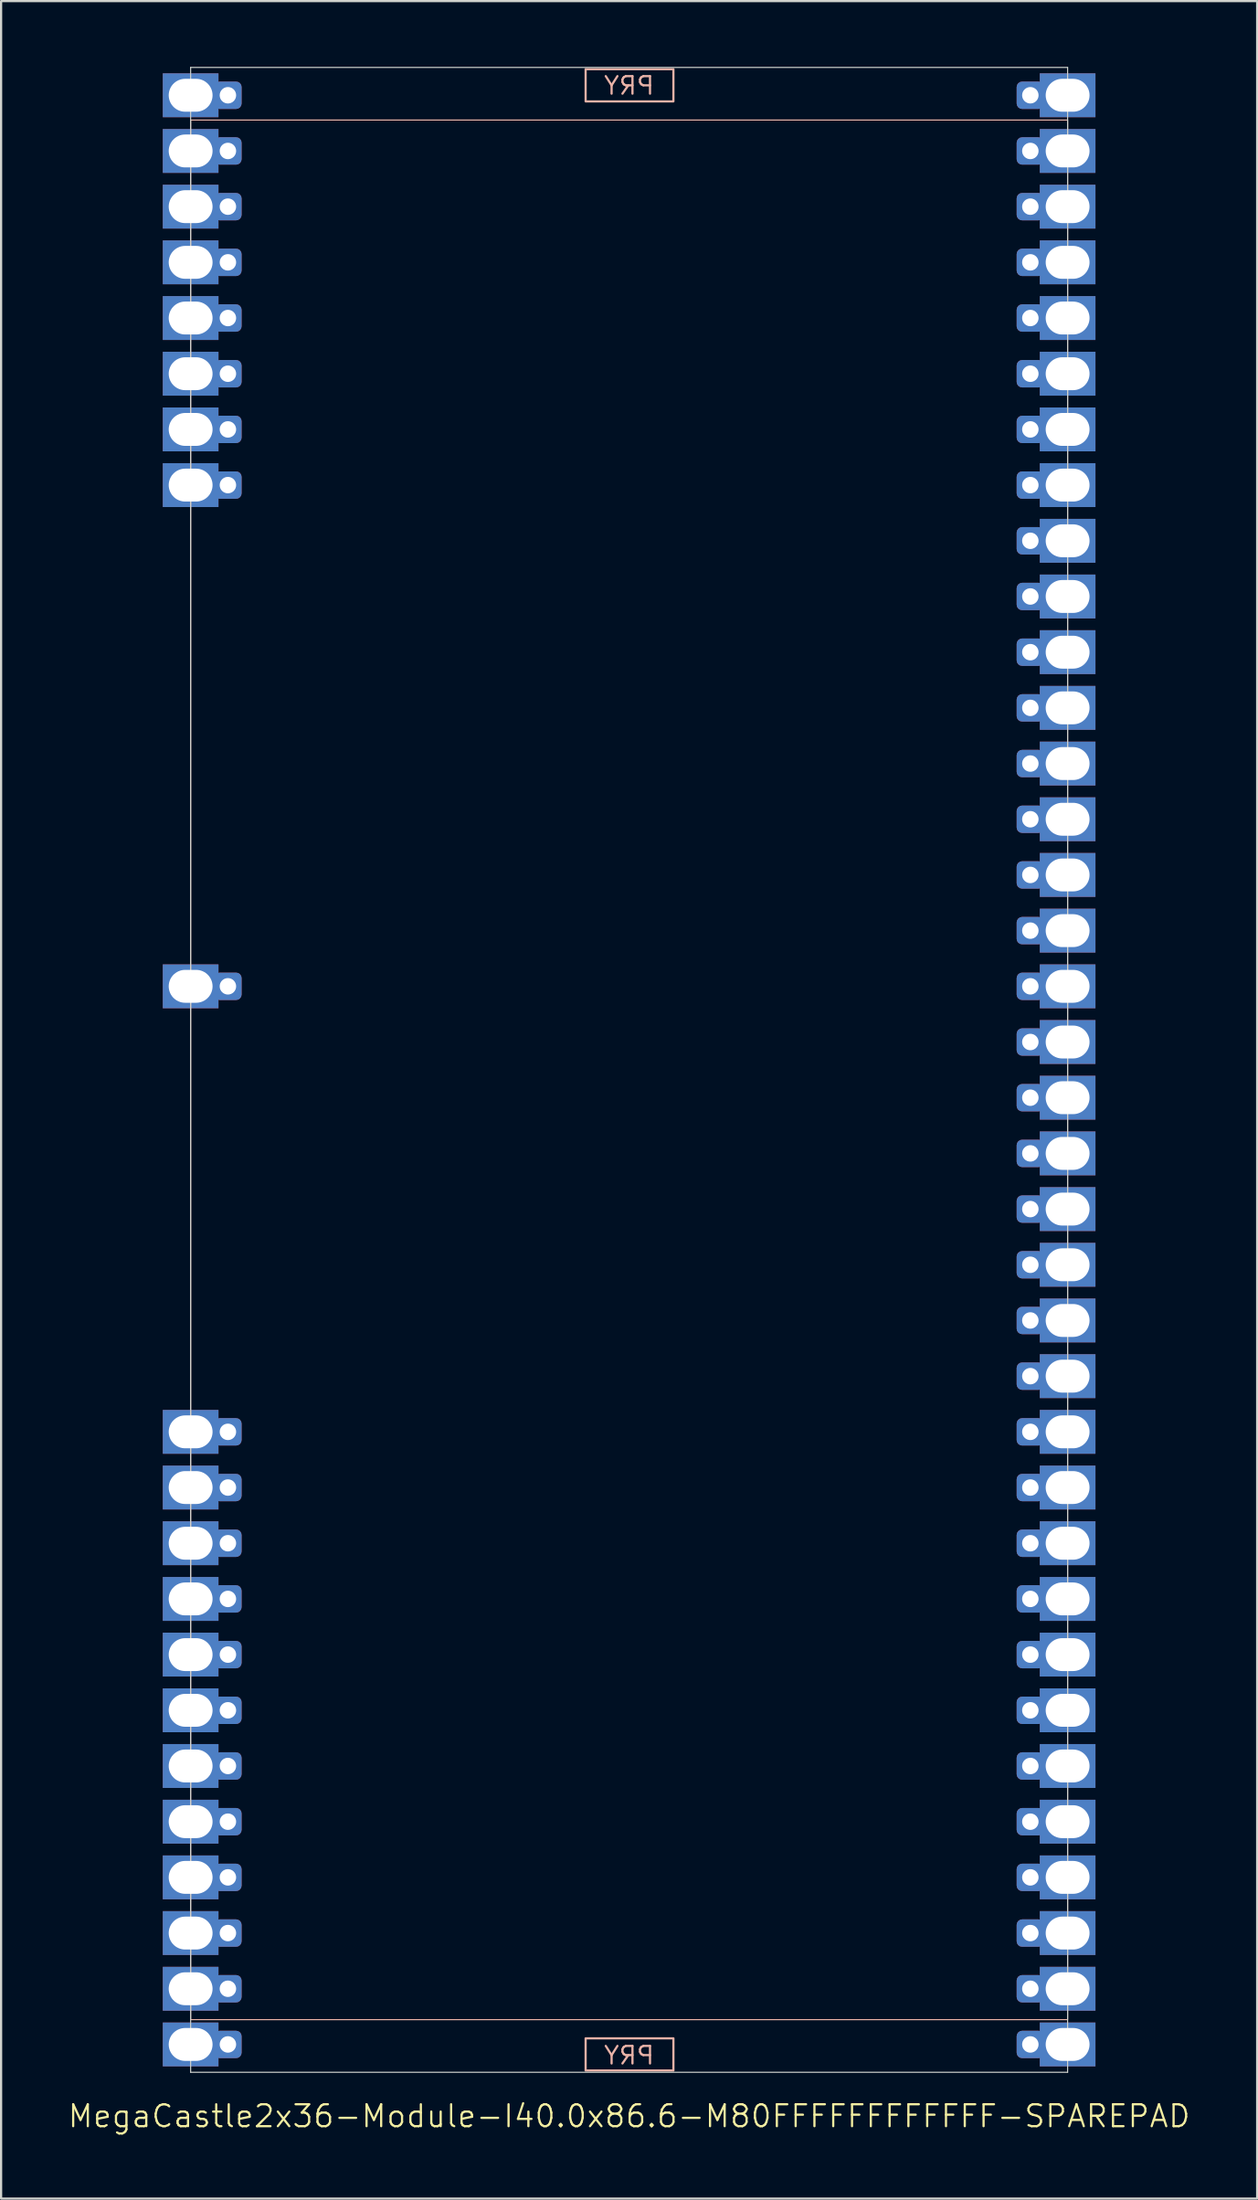
<source format=kicad_pcb>
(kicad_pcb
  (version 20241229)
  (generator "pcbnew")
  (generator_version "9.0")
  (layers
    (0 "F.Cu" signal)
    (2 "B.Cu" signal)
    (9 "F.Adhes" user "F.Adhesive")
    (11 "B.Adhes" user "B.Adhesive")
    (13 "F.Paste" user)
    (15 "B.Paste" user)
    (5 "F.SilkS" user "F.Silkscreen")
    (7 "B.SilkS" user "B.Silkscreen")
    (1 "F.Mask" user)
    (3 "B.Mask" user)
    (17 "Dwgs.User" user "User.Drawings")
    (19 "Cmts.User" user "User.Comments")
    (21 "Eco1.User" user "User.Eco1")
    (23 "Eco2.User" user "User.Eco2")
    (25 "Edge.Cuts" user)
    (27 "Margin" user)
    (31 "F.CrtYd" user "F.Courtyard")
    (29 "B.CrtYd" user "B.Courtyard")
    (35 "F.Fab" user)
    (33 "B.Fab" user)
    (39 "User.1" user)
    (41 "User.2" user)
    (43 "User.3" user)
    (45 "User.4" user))
  (footprint "MegaCastle2x36-Module-I40.0x86.6-M80FFFFFFFFFFFF-SPAREPAD"
    (layer "F.Cu")
    (at 25.645 45.745)
    (property "Reference" "MegaCastle2x36-Module-I40.0x86.6-M80FFFFFFFFFFFF-SPAREPAD" (at 0 47.72 0) (unlocked yes) (layer "F.SilkS") (effects (font (size 1 1) (thickness 0.1))))
    (attr smd)
    (fp_rect (start -20 43.32) (end 20 -43.32) (stroke (width 0.05) (type default)) (fill no) (layer "B.SilkS"))
    (fp_rect (start -1.984 -44.171) (end 2.02 -45.64) (stroke (width 0.1) (type default)) (fill no) (layer "B.SilkS"))
    (fp_rect (start -1.984 44.171) (end 2.02 45.64) (stroke (width 0.1) (type default)) (fill no) (layer "B.SilkS"))
    (fp_line (start -20 -45.72) (end -20 45.72) (stroke (width 0.05) (type default)) (layer "Edge.Cuts"))
    (fp_line (start -20 -45.72) (end 20 -45.72) (stroke (width 0.05) (type default)) (layer "Edge.Cuts"))
    (fp_line (start -20 45.72) (end 20 45.72) (stroke (width 0.05) (type default)) (layer "Edge.Cuts"))
    (fp_line (start 20 -45.72) (end 20 45.72) (stroke (width 0.05) (type default)) (layer "Edge.Cuts"))
    (fp_text user "PRY" (at 0 45.42 0) (unlocked yes) (layer "B.SilkS") (effects (font (size 0.8 0.8) (thickness 0.1)) (justify bottom mirror)))
    (fp_text user "PRY" (at 0 -44.42 0) (unlocked yes) (layer "B.SilkS") (effects (font (size 0.8 0.8) (thickness 0.1)) (justify bottom mirror)))
    (pad "1" thru_hole rect (at -20 -44.45) (size 2.54 2) (drill oval 2 1.5) (property pad_prop_castellated) (layers "*.Cu" "*.Mask"))
    (pad "1" thru_hole roundrect (at -18.3 -44.45 180) (size 1.25 1.25) (drill 0.75) (layers "*.Cu" "*.Mask") (roundrect_rratio 0.2))
    (pad "2" thru_hole rect (at -20 -41.91) (size 2.54 2) (drill oval 2 1.5) (property pad_prop_castellated) (layers "*.Cu" "*.Mask"))
    (pad "2" thru_hole roundrect (at -18.3 -41.91 180) (size 1.25 1.25) (drill 0.75) (layers "*.Cu" "*.Mask") (roundrect_rratio 0.2))
    (pad "3" thru_hole rect (at -20 -39.37) (size 2.54 2) (drill oval 2 1.5) (property pad_prop_castellated) (layers "*.Cu" "*.Mask"))
    (pad "3" thru_hole roundrect (at -18.3 -39.37 180) (size 1.25 1.25) (drill 0.75) (layers "*.Cu" "*.Mask") (roundrect_rratio 0.2))
    (pad "4" thru_hole rect (at -20 -36.83) (size 2.54 2) (drill oval 2 1.5) (property pad_prop_castellated) (layers "*.Cu" "*.Mask"))
    (pad "4" thru_hole roundrect (at -18.3 -36.83 180) (size 1.25 1.25) (drill 0.75) (layers "*.Cu" "*.Mask") (roundrect_rratio 0.2))
    (pad "5" thru_hole rect (at -20 -34.29) (size 2.54 2) (drill oval 2 1.5) (property pad_prop_castellated) (layers "*.Cu" "*.Mask"))
    (pad "5" thru_hole roundrect (at -18.3 -34.29 180) (size 1.25 1.25) (drill 0.75) (layers "*.Cu" "*.Mask") (roundrect_rratio 0.2))
    (pad "6" thru_hole rect (at -20 -31.75) (size 2.54 2) (drill oval 2 1.5) (property pad_prop_castellated) (layers "*.Cu" "*.Mask"))
    (pad "6" thru_hole roundrect (at -18.3 -31.75 180) (size 1.25 1.25) (drill 0.75) (layers "*.Cu" "*.Mask") (roundrect_rratio 0.2))
    (pad "7" thru_hole rect (at -20 -29.21) (size 2.54 2) (drill oval 2 1.5) (property pad_prop_castellated) (layers "*.Cu" "*.Mask"))
    (pad "7" thru_hole roundrect (at -18.3 -29.21 180) (size 1.25 1.25) (drill 0.75) (layers "*.Cu" "*.Mask") (roundrect_rratio 0.2))
    (pad "8" thru_hole rect (at -20 -26.67) (size 2.54 2) (drill oval 2 1.5) (property pad_prop_castellated) (layers "*.Cu" "*.Mask"))
    (pad "8" thru_hole roundrect (at -18.3 -26.67 180) (size 1.25 1.25) (drill 0.75) (layers "*.Cu" "*.Mask") (roundrect_rratio 0.2))
    (pad "17" thru_hole rect (at -20 -3.81) (size 2.54 2) (drill oval 2 1.5) (property pad_prop_castellated) (layers "*.Cu" "*.Mask"))
    (pad "17" thru_hole roundrect (at -18.3 -3.81 180) (size 1.25 1.25) (drill 0.75) (layers "*.Cu" "*.Mask") (roundrect_rratio 0.2))
    (pad "25" thru_hole rect (at -20 16.51) (size 2.54 2) (drill oval 2 1.5) (property pad_prop_castellated) (layers "*.Cu" "*.Mask"))
    (pad "25" thru_hole roundrect (at -18.3 16.51 180) (size 1.25 1.25) (drill 0.75) (layers "*.Cu" "*.Mask") (roundrect_rratio 0.2))
    (pad "26" thru_hole rect (at -20 19.05) (size 2.54 2) (drill oval 2 1.5) (property pad_prop_castellated) (layers "*.Cu" "*.Mask"))
    (pad "26" thru_hole roundrect (at -18.3 19.05 180) (size 1.25 1.25) (drill 0.75) (layers "*.Cu" "*.Mask") (roundrect_rratio 0.2))
    (pad "27" thru_hole rect (at -20 21.59) (size 2.54 2) (drill oval 2 1.5) (property pad_prop_castellated) (layers "*.Cu" "*.Mask"))
    (pad "27" thru_hole roundrect (at -18.3 21.59 180) (size 1.25 1.25) (drill 0.75) (layers "*.Cu" "*.Mask") (roundrect_rratio 0.2))
    (pad "28" thru_hole rect (at -20 24.13) (size 2.54 2) (drill oval 2 1.5) (property pad_prop_castellated) (layers "*.Cu" "*.Mask"))
    (pad "28" thru_hole roundrect (at -18.3 24.13 180) (size 1.25 1.25) (drill 0.75) (layers "*.Cu" "*.Mask") (roundrect_rratio 0.2))
    (pad "29" thru_hole rect (at -20 26.67) (size 2.54 2) (drill oval 2 1.5) (property pad_prop_castellated) (layers "*.Cu" "*.Mask"))
    (pad "29" thru_hole roundrect (at -18.3 26.67 180) (size 1.25 1.25) (drill 0.75) (layers "*.Cu" "*.Mask") (roundrect_rratio 0.2))
    (pad "30" thru_hole rect (at -20 29.21) (size 2.54 2) (drill oval 2 1.5) (property pad_prop_castellated) (layers "*.Cu" "*.Mask"))
    (pad "30" thru_hole roundrect (at -18.3 29.21 180) (size 1.25 1.25) (drill 0.75) (layers "*.Cu" "*.Mask") (roundrect_rratio 0.2))
    (pad "31" thru_hole rect (at -20 31.75) (size 2.54 2) (drill oval 2 1.5) (property pad_prop_castellated) (layers "*.Cu" "*.Mask"))
    (pad "31" thru_hole roundrect (at -18.3 31.75 180) (size 1.25 1.25) (drill 0.75) (layers "*.Cu" "*.Mask") (roundrect_rratio 0.2))
    (pad "32" thru_hole rect (at -20 34.29) (size 2.54 2) (drill oval 2 1.5) (property pad_prop_castellated) (layers "*.Cu" "*.Mask"))
    (pad "32" thru_hole roundrect (at -18.3 34.29 180) (size 1.25 1.25) (drill 0.75) (layers "*.Cu" "*.Mask") (roundrect_rratio 0.2))
    (pad "33" thru_hole rect (at -20 36.83) (size 2.54 2) (drill oval 2 1.5) (property pad_prop_castellated) (layers "*.Cu" "*.Mask"))
    (pad "33" thru_hole roundrect (at -18.3 36.83 180) (size 1.25 1.25) (drill 0.75) (layers "*.Cu" "*.Mask") (roundrect_rratio 0.2))
    (pad "34" thru_hole rect (at -20 39.37) (size 2.54 2) (drill oval 2 1.5) (property pad_prop_castellated) (layers "*.Cu" "*.Mask"))
    (pad "34" thru_hole roundrect (at -18.3 39.37 180) (size 1.25 1.25) (drill 0.75) (layers "*.Cu" "*.Mask") (roundrect_rratio 0.2))
    (pad "35" thru_hole rect (at -20 41.91) (size 2.54 2) (drill oval 2 1.5) (property pad_prop_castellated) (layers "*.Cu" "*.Mask"))
    (pad "35" thru_hole roundrect (at -18.3 41.91 180) (size 1.25 1.25) (drill 0.75) (layers "*.Cu" "*.Mask") (roundrect_rratio 0.2))
    (pad "36" thru_hole rect (at -20 44.45) (size 2.54 2) (drill oval 2 1.5) (property pad_prop_castellated) (layers "*.Cu" "*.Mask"))
    (pad "36" thru_hole roundrect (at -18.3 44.45 180) (size 1.25 1.25) (drill 0.75) (layers "*.Cu" "*.Mask") (roundrect_rratio 0.2))
    (pad "37" thru_hole roundrect (at 18.3 -44.45 180) (size 1.25 1.25) (drill 0.75) (layers "*.Cu" "*.Mask") (roundrect_rratio 0.2))
    (pad "37" thru_hole rect (at 20 -44.45) (size 2.54 2) (drill oval 2 1.5) (property pad_prop_castellated) (layers "*.Cu" "*.Mask"))
    (pad "38" thru_hole roundrect (at 18.3 -41.91 180) (size 1.25 1.25) (drill 0.75) (layers "*.Cu" "*.Mask") (roundrect_rratio 0.2))
    (pad "38" thru_hole rect (at 20 -41.91) (size 2.54 2) (drill oval 2 1.5) (property pad_prop_castellated) (layers "*.Cu" "*.Mask"))
    (pad "39" thru_hole roundrect (at 18.3 -39.37 180) (size 1.25 1.25) (drill 0.75) (layers "*.Cu" "*.Mask") (roundrect_rratio 0.2))
    (pad "39" thru_hole rect (at 20 -39.37) (size 2.54 2) (drill oval 2 1.5) (property pad_prop_castellated) (layers "*.Cu" "*.Mask"))
    (pad "40" thru_hole roundrect (at 18.3 -36.83 180) (size 1.25 1.25) (drill 0.75) (layers "*.Cu" "*.Mask") (roundrect_rratio 0.2))
    (pad "40" thru_hole rect (at 20 -36.83) (size 2.54 2) (drill oval 2 1.5) (property pad_prop_castellated) (layers "*.Cu" "*.Mask"))
    (pad "41" thru_hole roundrect (at 18.3 -34.29 180) (size 1.25 1.25) (drill 0.75) (layers "*.Cu" "*.Mask") (roundrect_rratio 0.2))
    (pad "41" thru_hole rect (at 20 -34.29) (size 2.54 2) (drill oval 2 1.5) (property pad_prop_castellated) (layers "*.Cu" "*.Mask"))
    (pad "42" thru_hole roundrect (at 18.3 -31.75 180) (size 1.25 1.25) (drill 0.75) (layers "*.Cu" "*.Mask") (roundrect_rratio 0.2))
    (pad "42" thru_hole rect (at 20 -31.75) (size 2.54 2) (drill oval 2 1.5) (property pad_prop_castellated) (layers "*.Cu" "*.Mask"))
    (pad "43" thru_hole roundrect (at 18.3 -29.21 180) (size 1.25 1.25) (drill 0.75) (layers "*.Cu" "*.Mask") (roundrect_rratio 0.2))
    (pad "43" thru_hole rect (at 20 -29.21) (size 2.54 2) (drill oval 2 1.5) (property pad_prop_castellated) (layers "*.Cu" "*.Mask"))
    (pad "44" thru_hole roundrect (at 18.3 -26.67 180) (size 1.25 1.25) (drill 0.75) (layers "*.Cu" "*.Mask") (roundrect_rratio 0.2))
    (pad "44" thru_hole rect (at 20 -26.67) (size 2.54 2) (drill oval 2 1.5) (property pad_prop_castellated) (layers "*.Cu" "*.Mask"))
    (pad "45" thru_hole roundrect (at 18.3 -24.13 180) (size 1.25 1.25) (drill 0.75) (layers "*.Cu" "*.Mask") (roundrect_rratio 0.2))
    (pad "45" thru_hole rect (at 20 -24.13) (size 2.54 2) (drill oval 2 1.5) (property pad_prop_castellated) (layers "*.Cu" "*.Mask"))
    (pad "46" thru_hole roundrect (at 18.3 -21.59 180) (size 1.25 1.25) (drill 0.75) (layers "*.Cu" "*.Mask") (roundrect_rratio 0.2))
    (pad "46" thru_hole rect (at 20 -21.59) (size 2.54 2) (drill oval 2 1.5) (property pad_prop_castellated) (layers "*.Cu" "*.Mask"))
    (pad "47" thru_hole roundrect (at 18.3 -19.05 180) (size 1.25 1.25) (drill 0.75) (layers "*.Cu" "*.Mask") (roundrect_rratio 0.2))
    (pad "47" thru_hole rect (at 20 -19.05) (size 2.54 2) (drill oval 2 1.5) (property pad_prop_castellated) (layers "*.Cu" "*.Mask"))
    (pad "48" thru_hole roundrect (at 18.3 -16.51 180) (size 1.25 1.25) (drill 0.75) (layers "*.Cu" "*.Mask") (roundrect_rratio 0.2))
    (pad "48" thru_hole rect (at 20 -16.51) (size 2.54 2) (drill oval 2 1.5) (property pad_prop_castellated) (layers "*.Cu" "*.Mask"))
    (pad "49" thru_hole roundrect (at 18.3 -13.97 180) (size 1.25 1.25) (drill 0.75) (layers "*.Cu" "*.Mask") (roundrect_rratio 0.2))
    (pad "49" thru_hole rect (at 20 -13.97) (size 2.54 2) (drill oval 2 1.5) (property pad_prop_castellated) (layers "*.Cu" "*.Mask"))
    (pad "50" thru_hole roundrect (at 18.3 -11.43 180) (size 1.25 1.25) (drill 0.75) (layers "*.Cu" "*.Mask") (roundrect_rratio 0.2))
    (pad "50" thru_hole rect (at 20 -11.43) (size 2.54 2) (drill oval 2 1.5) (property pad_prop_castellated) (layers "*.Cu" "*.Mask"))
    (pad "51" thru_hole roundrect (at 18.3 -8.89 180) (size 1.25 1.25) (drill 0.75) (layers "*.Cu" "*.Mask") (roundrect_rratio 0.2))
    (pad "51" thru_hole rect (at 20 -8.89) (size 2.54 2) (drill oval 2 1.5) (property pad_prop_castellated) (layers "*.Cu" "*.Mask"))
    (pad "52" thru_hole roundrect (at 18.3 -6.35 180) (size 1.25 1.25) (drill 0.75) (layers "*.Cu" "*.Mask") (roundrect_rratio 0.2))
    (pad "52" thru_hole rect (at 20 -6.35) (size 2.54 2) (drill oval 2 1.5) (property pad_prop_castellated) (layers "*.Cu" "*.Mask"))
    (pad "53" thru_hole roundrect (at 18.3 -3.81 180) (size 1.25 1.25) (drill 0.75) (layers "*.Cu" "*.Mask") (roundrect_rratio 0.2))
    (pad "53" thru_hole rect (at 20 -3.81) (size 2.54 2) (drill oval 2 1.5) (property pad_prop_castellated) (layers "*.Cu" "*.Mask"))
    (pad "54" thru_hole roundrect (at 18.3 -1.27 180) (size 1.25 1.25) (drill 0.75) (layers "*.Cu" "*.Mask") (roundrect_rratio 0.2))
    (pad "54" thru_hole rect (at 20 -1.27) (size 2.54 2) (drill oval 2 1.5) (property pad_prop_castellated) (layers "*.Cu" "*.Mask"))
    (pad "55" thru_hole roundrect (at 18.3 1.27 180) (size 1.25 1.25) (drill 0.75) (layers "*.Cu" "*.Mask") (roundrect_rratio 0.2))
    (pad "55" thru_hole rect (at 20 1.27) (size 2.54 2) (drill oval 2 1.5) (property pad_prop_castellated) (layers "*.Cu" "*.Mask"))
    (pad "56" thru_hole roundrect (at 18.3 3.81 180) (size 1.25 1.25) (drill 0.75) (layers "*.Cu" "*.Mask") (roundrect_rratio 0.2))
    (pad "56" thru_hole rect (at 20 3.81) (size 2.54 2) (drill oval 2 1.5) (property pad_prop_castellated) (layers "*.Cu" "*.Mask"))
    (pad "57" thru_hole roundrect (at 18.3 6.35 180) (size 1.25 1.25) (drill 0.75) (layers "*.Cu" "*.Mask") (roundrect_rratio 0.2))
    (pad "57" thru_hole rect (at 20 6.35) (size 2.54 2) (drill oval 2 1.5) (property pad_prop_castellated) (layers "*.Cu" "*.Mask"))
    (pad "58" thru_hole roundrect (at 18.3 8.89 180) (size 1.25 1.25) (drill 0.75) (layers "*.Cu" "*.Mask") (roundrect_rratio 0.2))
    (pad "58" thru_hole rect (at 20 8.89) (size 2.54 2) (drill oval 2 1.5) (property pad_prop_castellated) (layers "*.Cu" "*.Mask"))
    (pad "59" thru_hole roundrect (at 18.3 11.43 180) (size 1.25 1.25) (drill 0.75) (layers "*.Cu" "*.Mask") (roundrect_rratio 0.2))
    (pad "59" thru_hole rect (at 20 11.43) (size 2.54 2) (drill oval 2 1.5) (property pad_prop_castellated) (layers "*.Cu" "*.Mask"))
    (pad "60" thru_hole roundrect (at 18.3 13.97 180) (size 1.25 1.25) (drill 0.75) (layers "*.Cu" "*.Mask") (roundrect_rratio 0.2))
    (pad "60" thru_hole rect (at 20 13.97) (size 2.54 2) (drill oval 2 1.5) (property pad_prop_castellated) (layers "*.Cu" "*.Mask"))
    (pad "61" thru_hole roundrect (at 18.3 16.51 180) (size 1.25 1.25) (drill 0.75) (layers "*.Cu" "*.Mask") (roundrect_rratio 0.2))
    (pad "61" thru_hole rect (at 20 16.51) (size 2.54 2) (drill oval 2 1.5) (property pad_prop_castellated) (layers "*.Cu" "*.Mask"))
    (pad "62" thru_hole roundrect (at 18.3 19.05 180) (size 1.25 1.25) (drill 0.75) (layers "*.Cu" "*.Mask") (roundrect_rratio 0.2))
    (pad "62" thru_hole rect (at 20 19.05) (size 2.54 2) (drill oval 2 1.5) (property pad_prop_castellated) (layers "*.Cu" "*.Mask"))
    (pad "63" thru_hole roundrect (at 18.3 21.59 180) (size 1.25 1.25) (drill 0.75) (layers "*.Cu" "*.Mask") (roundrect_rratio 0.2))
    (pad "63" thru_hole rect (at 20 21.59) (size 2.54 2) (drill oval 2 1.5) (property pad_prop_castellated) (layers "*.Cu" "*.Mask"))
    (pad "64" thru_hole roundrect (at 18.3 24.13 180) (size 1.25 1.25) (drill 0.75) (layers "*.Cu" "*.Mask") (roundrect_rratio 0.2))
    (pad "64" thru_hole rect (at 20 24.13) (size 2.54 2) (drill oval 2 1.5) (property pad_prop_castellated) (layers "*.Cu" "*.Mask"))
    (pad "65" thru_hole roundrect (at 18.3 26.67 180) (size 1.25 1.25) (drill 0.75) (layers "*.Cu" "*.Mask") (roundrect_rratio 0.2))
    (pad "65" thru_hole rect (at 20 26.67) (size 2.54 2) (drill oval 2 1.5) (property pad_prop_castellated) (layers "*.Cu" "*.Mask"))
    (pad "66" thru_hole roundrect (at 18.3 29.21 180) (size 1.25 1.25) (drill 0.75) (layers "*.Cu" "*.Mask") (roundrect_rratio 0.2))
    (pad "66" thru_hole rect (at 20 29.21) (size 2.54 2) (drill oval 2 1.5) (property pad_prop_castellated) (layers "*.Cu" "*.Mask"))
    (pad "67" thru_hole roundrect (at 18.3 31.75 180) (size 1.25 1.25) (drill 0.75) (layers "*.Cu" "*.Mask") (roundrect_rratio 0.2))
    (pad "67" thru_hole rect (at 20 31.75) (size 2.54 2) (drill oval 2 1.5) (property pad_prop_castellated) (layers "*.Cu" "*.Mask"))
    (pad "68" thru_hole roundrect (at 18.3 34.29 180) (size 1.25 1.25) (drill 0.75) (layers "*.Cu" "*.Mask") (roundrect_rratio 0.2))
    (pad "68" thru_hole rect (at 20 34.29) (size 2.54 2) (drill oval 2 1.5) (property pad_prop_castellated) (layers "*.Cu" "*.Mask"))
    (pad "69" thru_hole roundrect (at 18.3 36.83 180) (size 1.25 1.25) (drill 0.75) (layers "*.Cu" "*.Mask") (roundrect_rratio 0.2))
    (pad "69" thru_hole rect (at 20 36.83) (size 2.54 2) (drill oval 2 1.5) (property pad_prop_castellated) (layers "*.Cu" "*.Mask"))
    (pad "70" thru_hole roundrect (at 18.3 39.37 180) (size 1.25 1.25) (drill 0.75) (layers "*.Cu" "*.Mask") (roundrect_rratio 0.2))
    (pad "70" thru_hole rect (at 20 39.37) (size 2.54 2) (drill oval 2 1.5) (property pad_prop_castellated) (layers "*.Cu" "*.Mask"))
    (pad "71" thru_hole roundrect (at 18.3 41.91 180) (size 1.25 1.25) (drill 0.75) (layers "*.Cu" "*.Mask") (roundrect_rratio 0.2))
    (pad "71" thru_hole rect (at 20 41.91) (size 2.54 2) (drill oval 2 1.5) (property pad_prop_castellated) (layers "*.Cu" "*.Mask"))
    (pad "72" thru_hole roundrect (at 18.3 44.45 180) (size 1.25 1.25) (drill 0.75) (layers "*.Cu" "*.Mask") (roundrect_rratio 0.2))
    (pad "72" thru_hole rect (at 20 44.45) (size 2.54 2) (drill oval 2 1.5) (property pad_prop_castellated) (layers "*.Cu" "*.Mask"))
    (zone (net_name "") (layer "B.Cu") (hatch edge 0.5) (connect_pads) (min_thickness 0.25) (filled_areas_thickness no) (keepout (tracks allowed) (vias allowed) (pads allowed) (copperpour allowed) (footprints not_allowed)) (placement (enabled no)) (fill) (polygon (pts (xy 5.645 91.465) (xy 5.645 0.025))))
    (zone (net_name "") (layer "B.Cu") (hatch edge 0.5) (connect_pads) (min_thickness 0.25) (filled_areas_thickness no) (keepout (tracks allowed) (vias allowed) (pads allowed) (copperpour allowed) (footprints not_allowed)) (placement (enabled no)) (fill) (polygon (pts (xy 45.645 91.465) (xy 45.645 0.025))))
    (zone (net_name "") (layer "B.Cu") (hatch edge 0.5) (connect_pads) (min_thickness 0.25) (filled_areas_thickness no) (keepout (tracks allowed) (vias allowed) (pads allowed) (copperpour allowed) (footprints not_allowed)) (placement (enabled no)) (fill) (polygon (pts (xy 5.645 0.025) (xy 5.645 2.425) (xy 45.645 2.425) (xy 45.645 0.025))))
    (zone (net_name "") (layer "B.Cu") (hatch edge 0.5) (connect_pads) (min_thickness 0.25) (filled_areas_thickness no) (keepout (tracks allowed) (vias allowed) (pads allowed) (copperpour allowed) (footprints not_allowed)) (placement (enabled no)) (fill) (polygon (pts (xy 5.645 91.465) (xy 5.645 89.065) (xy 45.645 89.065) (xy 45.645 91.465))))
    (zone (net_name "") (layer "B.Cu") (name "Upper Pry Zone") (hatch edge 0.5) (connect_pads) (min_thickness 0.25) (filled_areas_thickness no) (keepout (tracks not_allowed) (vias not_allowed) (pads not_allowed) (copperpour allowed) (footprints not_allowed)) (placement (enabled no)) (fill) (polygon (pts (xy 23.661 1.574) (xy 23.661 0.105) (xy 27.665 0.105) (xy 27.665 1.574))))
    (zone (net_name "") (layer "B.Cu") (name "Upper Pry Zone") (hatch edge 0.5) (connect_pads) (min_thickness 0.25) (filled_areas_thickness no) (keepout (tracks not_allowed) (vias not_allowed) (pads not_allowed) (copperpour allowed) (footprints not_allowed)) (placement (enabled no)) (fill) (polygon (pts (xy 23.661 89.916) (xy 23.661 91.385) (xy 27.665 91.385) (xy 27.665 89.916)))))
  (gr_rect
    (start -3 -3)
    (end 54.29 97.226)
    (stroke (width 0.1) (type default))
    (fill no)
    (layer "Edge.Cuts")))
</source>
